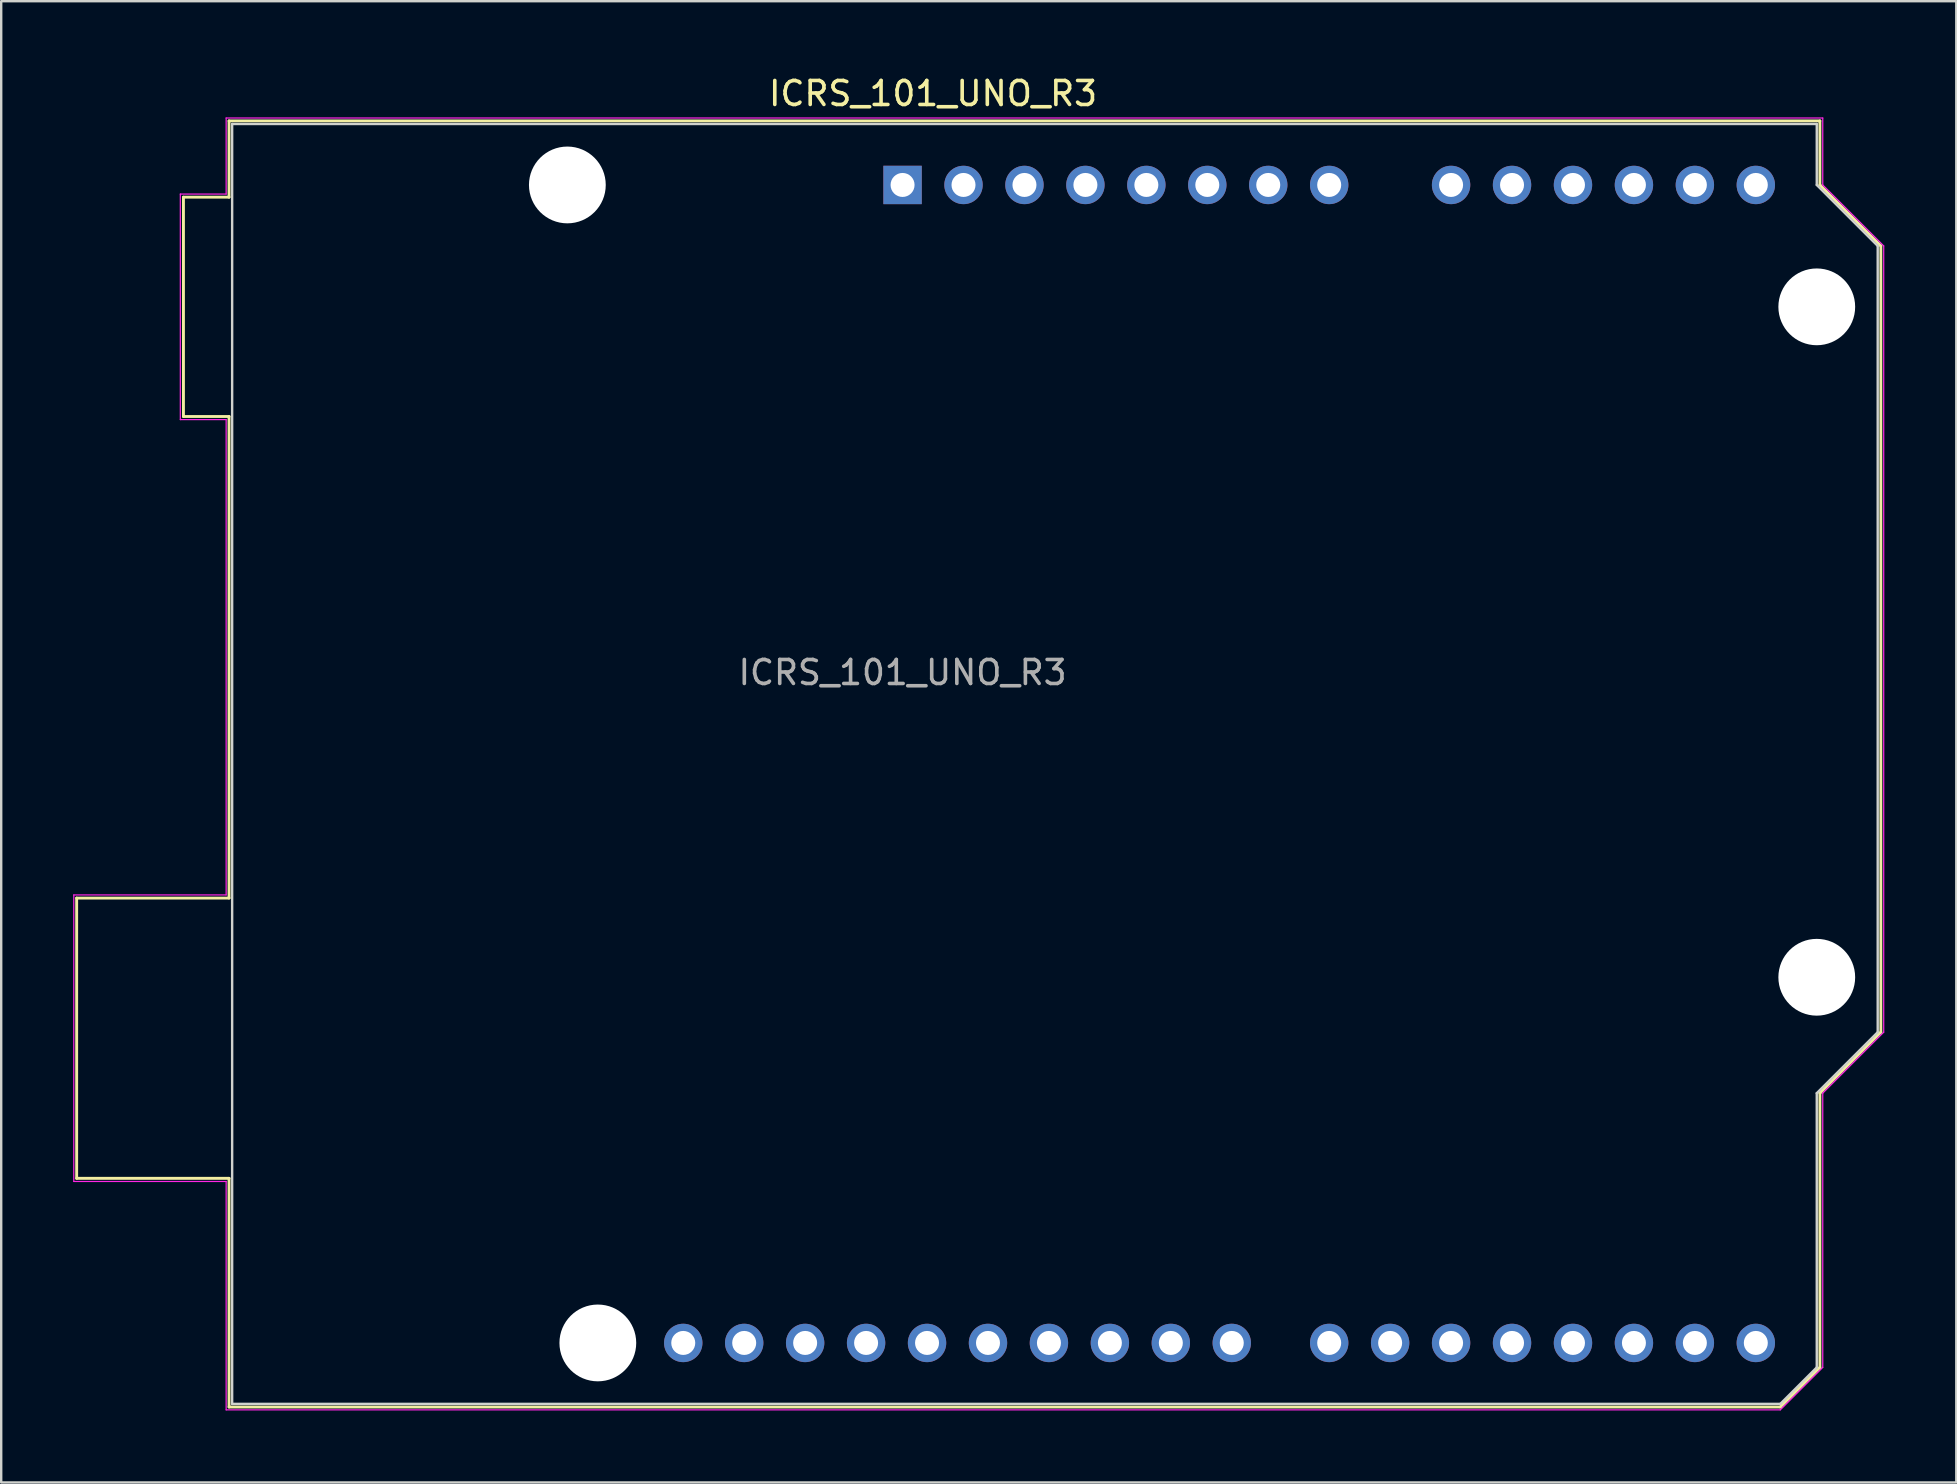
<source format=kicad_pcb>
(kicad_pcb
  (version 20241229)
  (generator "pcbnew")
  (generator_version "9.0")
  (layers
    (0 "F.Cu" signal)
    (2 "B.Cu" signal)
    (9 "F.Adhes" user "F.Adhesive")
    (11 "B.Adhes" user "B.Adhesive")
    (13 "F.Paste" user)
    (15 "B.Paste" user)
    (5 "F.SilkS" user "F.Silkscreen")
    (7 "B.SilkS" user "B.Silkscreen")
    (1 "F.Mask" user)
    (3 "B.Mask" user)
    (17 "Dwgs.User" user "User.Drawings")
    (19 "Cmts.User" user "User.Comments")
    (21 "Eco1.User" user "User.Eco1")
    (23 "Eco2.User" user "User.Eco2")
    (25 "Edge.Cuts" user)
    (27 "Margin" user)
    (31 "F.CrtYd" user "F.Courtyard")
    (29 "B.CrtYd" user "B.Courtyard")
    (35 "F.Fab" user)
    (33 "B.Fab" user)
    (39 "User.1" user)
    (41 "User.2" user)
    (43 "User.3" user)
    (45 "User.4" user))
  (footprint "ICRS_101_UNO_R3"
    (layer "F.Cu")
    (at 34.565 4.658)
    (property "Reference" "ICRS_101_UNO_R3" (at 1.27 -3.81 180) (layer "F.SilkS") (effects (font (size 1 1) (thickness 0.15))))
    (attr through_hole)
    (fp_line (start -34.42 29.72) (end -34.42 41.4) (stroke (width 0.12) (type solid)) (layer "F.SilkS"))
    (fp_line (start -34.42 41.4) (end -28.07 41.4) (stroke (width 0.12) (type solid)) (layer "F.SilkS"))
    (fp_line (start -29.97 0.51) (end -29.97 9.65) (stroke (width 0.12) (type solid)) (layer "F.SilkS"))
    (fp_line (start -29.97 9.65) (end -28.07 9.65) (stroke (width 0.12) (type solid)) (layer "F.SilkS"))
    (fp_line (start -28.07 -2.67) (end -28.07 0.51) (stroke (width 0.12) (type solid)) (layer "F.SilkS"))
    (fp_line (start -28.07 0.51) (end -29.97 0.51) (stroke (width 0.12) (type solid)) (layer "F.SilkS"))
    (fp_line (start -28.07 9.65) (end -28.07 29.72) (stroke (width 0.12) (type solid)) (layer "F.SilkS"))
    (fp_line (start -28.07 29.72) (end -34.42 29.72) (stroke (width 0.12) (type solid)) (layer "F.SilkS"))
    (fp_line (start -28.07 41.4) (end -28.07 50.93) (stroke (width 0.12) (type solid)) (layer "F.SilkS"))
    (fp_line (start -28.07 50.93) (end 36.58 50.93) (stroke (width 0.12) (type solid)) (layer "F.SilkS"))
    (fp_line (start 36.58 50.93) (end 38.23 49.28) (stroke (width 0.12) (type solid)) (layer "F.SilkS"))
    (fp_line (start 38.23 -2.67) (end -28.07 -2.67) (stroke (width 0.12) (type solid)) (layer "F.SilkS"))
    (fp_line (start 38.23 0) (end 38.23 -2.67) (stroke (width 0.12) (type solid)) (layer "F.SilkS"))
    (fp_line (start 38.23 37.85) (end 40.77 35.31) (stroke (width 0.12) (type solid)) (layer "F.SilkS"))
    (fp_line (start 38.23 49.28) (end 38.23 37.85) (stroke (width 0.12) (type solid)) (layer "F.SilkS"))
    (fp_line (start 40.77 2.54) (end 38.23 0) (stroke (width 0.12) (type solid)) (layer "F.SilkS"))
    (fp_line (start 40.77 35.31) (end 40.77 2.54) (stroke (width 0.12) (type solid)) (layer "F.SilkS"))
    (fp_line (start -27.94 -2.54) (end 38.1 -2.54) (stroke (width 0.1) (type solid)) (layer "Edge.Cuts"))
    (fp_line (start -27.94 50.8) (end -27.94 -2.54) (stroke (width 0.1) (type solid)) (layer "Edge.Cuts"))
    (fp_line (start 36.58 50.8) (end -27.94 50.8) (stroke (width 0.1) (type solid)) (layer "Edge.Cuts"))
    (fp_line (start 38.1 -2.54) (end 38.1 0) (stroke (width 0.1) (type solid)) (layer "Edge.Cuts"))
    (fp_line (start 38.1 0) (end 40.64 2.54) (stroke (width 0.1) (type solid)) (layer "Edge.Cuts"))
    (fp_line (start 38.1 37.85) (end 38.1 49.28) (stroke (width 0.1) (type solid)) (layer "Edge.Cuts"))
    (fp_line (start 38.1 49.28) (end 36.58 50.8) (stroke (width 0.1) (type solid)) (layer "Edge.Cuts"))
    (fp_line (start 40.64 2.54) (end 40.64 35.31) (stroke (width 0.1) (type solid)) (layer "Edge.Cuts"))
    (fp_line (start 40.64 35.31) (end 38.1 37.85) (stroke (width 0.1) (type solid)) (layer "Edge.Cuts"))
    (fp_line (start -34.54 29.59) (end -28.19 29.59) (stroke (width 0.05) (type solid)) (layer "F.CrtYd"))
    (fp_line (start -34.54 41.53) (end -34.54 29.59) (stroke (width 0.05) (type solid)) (layer "F.CrtYd"))
    (fp_line (start -30.1 0.38) (end -28.19 0.38) (stroke (width 0.05) (type solid)) (layer "F.CrtYd"))
    (fp_line (start -30.1 9.78) (end -30.1 0.38) (stroke (width 0.05) (type solid)) (layer "F.CrtYd"))
    (fp_line (start -28.19 -2.79) (end 38.35 -2.79) (stroke (width 0.05) (type solid)) (layer "F.CrtYd"))
    (fp_line (start -28.19 0.38) (end -28.19 -2.79) (stroke (width 0.05) (type solid)) (layer "F.CrtYd"))
    (fp_line (start -28.19 9.78) (end -30.1 9.78) (stroke (width 0.05) (type solid)) (layer "F.CrtYd"))
    (fp_line (start -28.19 29.59) (end -28.19 9.78) (stroke (width 0.05) (type solid)) (layer "F.CrtYd"))
    (fp_line (start -28.19 41.53) (end -34.54 41.53) (stroke (width 0.05) (type solid)) (layer "F.CrtYd"))
    (fp_line (start -28.19 51.05) (end -28.19 41.53) (stroke (width 0.05) (type solid)) (layer "F.CrtYd"))
    (fp_line (start 36.58 51.05) (end -28.19 51.05) (stroke (width 0.05) (type solid)) (layer "F.CrtYd"))
    (fp_line (start 38.35 -2.79) (end 38.35 0) (stroke (width 0.05) (type solid)) (layer "F.CrtYd"))
    (fp_line (start 38.35 0) (end 40.89 2.54) (stroke (width 0.05) (type solid)) (layer "F.CrtYd"))
    (fp_line (start 38.35 37.85) (end 38.35 49.28) (stroke (width 0.05) (type solid)) (layer "F.CrtYd"))
    (fp_line (start 38.35 49.28) (end 36.58 51.05) (stroke (width 0.05) (type solid)) (layer "F.CrtYd"))
    (fp_line (start 40.89 2.54) (end 40.89 35.31) (stroke (width 0.05) (type solid)) (layer "F.CrtYd"))
    (fp_line (start 40.89 35.31) (end 38.35 37.85) (stroke (width 0.05) (type solid)) (layer "F.CrtYd"))
    (fp_text user "${REFERENCE}" (at 0 20.32 180) (layer "F.Fab") (effects (font (size 1 1) (thickness 0.15))))
    (pad "" np_thru_hole circle (at -13.97 0 90) (size 3.2 3.2) (drill 3.2) (layers "*.Cu" "*.Mask"))
    (pad "" np_thru_hole circle (at -12.7 48.26 90) (size 3.2 3.2) (drill 3.2) (layers "*.Cu" "*.Mask"))
    (pad "" np_thru_hole circle (at 38.1 5.08 90) (size 3.2 3.2) (drill 3.2) (layers "*.Cu" "*.Mask"))
    (pad "" np_thru_hole circle (at 38.1 33.02 90) (size 3.2 3.2) (drill 3.2) (layers "*.Cu" "*.Mask"))
    (pad "1" thru_hole rect (at 0 0 90) (size 1.6 1.6) (drill 1) (layers "*.Cu" "*.Mask"))
    (pad "2" thru_hole oval (at 2.54 0 90) (size 1.6 1.6) (drill 1) (layers "*.Cu" "*.Mask"))
    (pad "3" thru_hole oval (at 5.08 0 90) (size 1.6 1.6) (drill 1) (layers "*.Cu" "*.Mask"))
    (pad "4" thru_hole oval (at 7.62 0 90) (size 1.6 1.6) (drill 1) (layers "*.Cu" "*.Mask"))
    (pad "5" thru_hole oval (at 10.16 0 90) (size 1.6 1.6) (drill 1) (layers "*.Cu" "*.Mask"))
    (pad "6" thru_hole oval (at 12.7 0 90) (size 1.6 1.6) (drill 1) (layers "*.Cu" "*.Mask"))
    (pad "7" thru_hole oval (at 15.24 0 90) (size 1.6 1.6) (drill 1) (layers "*.Cu" "*.Mask"))
    (pad "8" thru_hole oval (at 17.78 0 90) (size 1.6 1.6) (drill 1) (layers "*.Cu" "*.Mask"))
    (pad "9" thru_hole oval (at 22.86 0 90) (size 1.6 1.6) (drill 1) (layers "*.Cu" "*.Mask"))
    (pad "10" thru_hole oval (at 25.4 0 90) (size 1.6 1.6) (drill 1) (layers "*.Cu" "*.Mask"))
    (pad "11" thru_hole oval (at 27.94 0 90) (size 1.6 1.6) (drill 1) (layers "*.Cu" "*.Mask"))
    (pad "12" thru_hole oval (at 30.48 0 90) (size 1.6 1.6) (drill 1) (layers "*.Cu" "*.Mask"))
    (pad "13" thru_hole oval (at 33.02 0 90) (size 1.6 1.6) (drill 1) (layers "*.Cu" "*.Mask"))
    (pad "14" thru_hole oval (at 35.56 0 90) (size 1.6 1.6) (drill 1) (layers "*.Cu" "*.Mask"))
    (pad "15" thru_hole oval (at 35.56 48.26 90) (size 1.6 1.6) (drill 1) (layers "*.Cu" "*.Mask"))
    (pad "16" thru_hole oval (at 33.02 48.26 90) (size 1.6 1.6) (drill 1) (layers "*.Cu" "*.Mask"))
    (pad "17" thru_hole oval (at 30.48 48.26 90) (size 1.6 1.6) (drill 1) (layers "*.Cu" "*.Mask"))
    (pad "18" thru_hole oval (at 27.94 48.26 90) (size 1.6 1.6) (drill 1) (layers "*.Cu" "*.Mask"))
    (pad "19" thru_hole oval (at 25.4 48.26 90) (size 1.6 1.6) (drill 1) (layers "*.Cu" "*.Mask"))
    (pad "20" thru_hole oval (at 22.86 48.26 90) (size 1.6 1.6) (drill 1) (layers "*.Cu" "*.Mask"))
    (pad "21" thru_hole oval (at 20.32 48.26 90) (size 1.6 1.6) (drill 1) (layers "*.Cu" "*.Mask"))
    (pad "22" thru_hole oval (at 17.78 48.26 90) (size 1.6 1.6) (drill 1) (layers "*.Cu" "*.Mask"))
    (pad "23" thru_hole oval (at 13.72 48.26 90) (size 1.6 1.6) (drill 1) (layers "*.Cu" "*.Mask"))
    (pad "24" thru_hole oval (at 11.18 48.26 90) (size 1.6 1.6) (drill 1) (layers "*.Cu" "*.Mask"))
    (pad "25" thru_hole oval (at 8.64 48.26 90) (size 1.6 1.6) (drill 1) (layers "*.Cu" "*.Mask"))
    (pad "26" thru_hole oval (at 6.1 48.26 90) (size 1.6 1.6) (drill 1) (layers "*.Cu" "*.Mask"))
    (pad "27" thru_hole oval (at 3.56 48.26 90) (size 1.6 1.6) (drill 1) (layers "*.Cu" "*.Mask"))
    (pad "28" thru_hole oval (at 1.02 48.26 90) (size 1.6 1.6) (drill 1) (layers "*.Cu" "*.Mask"))
    (pad "29" thru_hole oval (at -1.52 48.26 90) (size 1.6 1.6) (drill 1) (layers "*.Cu" "*.Mask"))
    (pad "30" thru_hole oval (at -4.06 48.26 90) (size 1.6 1.6) (drill 1) (layers "*.Cu" "*.Mask"))
    (pad "31" thru_hole oval (at -6.6 48.26 90) (size 1.6 1.6) (drill 1) (layers "*.Cu" "*.Mask"))
    (pad "32" thru_hole oval (at -9.14 48.26 90) (size 1.6 1.6) (drill 1) (layers "*.Cu" "*.Mask")))
  (gr_rect
    (start -3 -3)
    (end 78.48 58.733)
    (stroke (width 0.1) (type default))
    (fill no)
    (layer "Edge.Cuts")))
</source>
